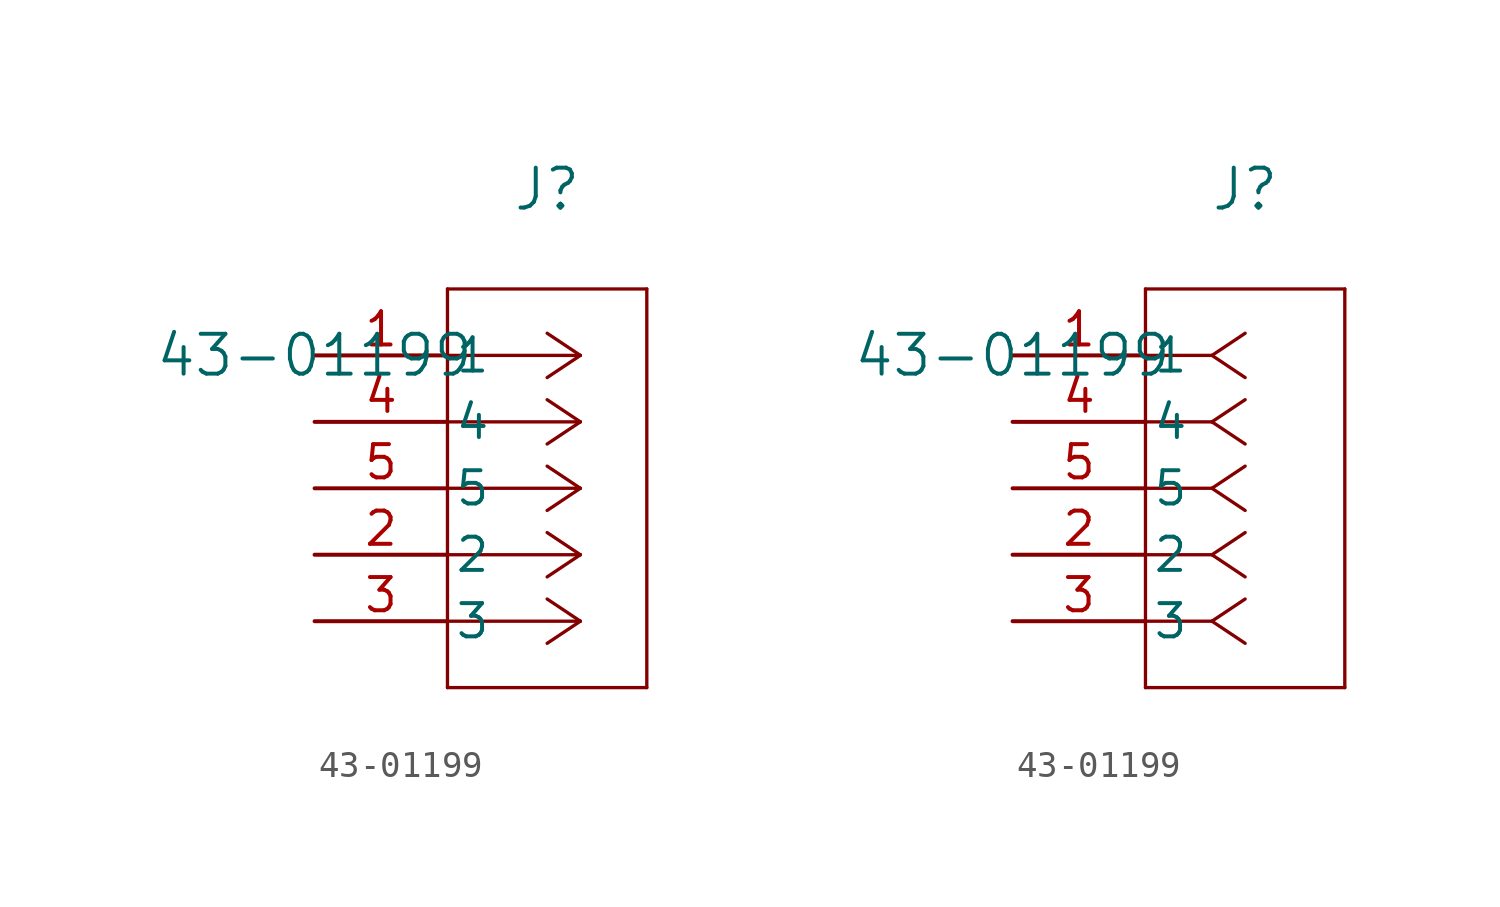
<source format=kicad_sym>
(kicad_symbol_lib
  (version 20211014)
  (generator kicad_symbol_editor)
  (symbol "43-01199"
    (pin_names
      (offset 0.254))
    (property "Reference" "J"
      (at 8.89 6.35 0)
      (effects (font (size 1.524 1.524))))
    (property "Value" "43-01199"
      (at 0 0 0)
      (effects (font (size 1.524 1.524))))
    (symbol "43-01199_1_1"
      (polyline (pts (xy 10.16 0) (xy 5.08 0)) (stroke (width 0.127) (type default) (color 0 0 0 0)) (fill (type none)))
      (polyline (pts (xy 10.16 -2.54) (xy 5.08 -2.54)) (stroke (width 0.127) (type default) (color 0 0 0 0)) (fill (type none)))
      (polyline (pts (xy 10.16 -5.08) (xy 5.08 -5.08)) (stroke (width 0.127) (type default) (color 0 0 0 0)) (fill (type none)))
      (polyline (pts (xy 10.16 -7.62) (xy 5.08 -7.62)) (stroke (width 0.127) (type default) (color 0 0 0 0)) (fill (type none)))
      (polyline (pts (xy 10.16 -10.16) (xy 5.08 -10.16)) (stroke (width 0.127) (type default) (color 0 0 0 0)) (fill (type none)))
      (polyline (pts (xy 10.16 0) (xy 8.89 0.847)) (stroke (width 0.127) (type default) (color 0 0 0 0)) (fill (type none)))
      (polyline (pts (xy 10.16 -2.54) (xy 8.89 -1.693)) (stroke (width 0.127) (type default) (color 0 0 0 0)) (fill (type none)))
      (polyline (pts (xy 10.16 -5.08) (xy 8.89 -4.233)) (stroke (width 0.127) (type default) (color 0 0 0 0)) (fill (type none)))
      (polyline (pts (xy 10.16 -7.62) (xy 8.89 -6.773)) (stroke (width 0.127) (type default) (color 0 0 0 0)) (fill (type none)))
      (polyline (pts (xy 10.16 -10.16) (xy 8.89 -9.313)) (stroke (width 0.127) (type default) (color 0 0 0 0)) (fill (type none)))
      (polyline (pts (xy 10.16 0) (xy 8.89 -0.847)) (stroke (width 0.127) (type default) (color 0 0 0 0)) (fill (type none)))
      (polyline (pts (xy 10.16 -2.54) (xy 8.89 -3.387)) (stroke (width 0.127) (type default) (color 0 0 0 0)) (fill (type none)))
      (polyline (pts (xy 10.16 -5.08) (xy 8.89 -5.927)) (stroke (width 0.127) (type default) (color 0 0 0 0)) (fill (type none)))
      (polyline (pts (xy 10.16 -7.62) (xy 8.89 -8.467)) (stroke (width 0.127) (type default) (color 0 0 0 0)) (fill (type none)))
      (polyline (pts (xy 10.16 -10.16) (xy 8.89 -11.007)) (stroke (width 0.127) (type default) (color 0 0 0 0)) (fill (type none)))
      (polyline (pts (xy 5.08 2.54) (xy 5.08 -12.7)) (stroke (width 0.127) (type default) (color 0 0 0 0)) (fill (type none)))
      (polyline (pts (xy 5.08 -12.7) (xy 12.7 -12.7)) (stroke (width 0.127) (type default) (color 0 0 0 0)) (fill (type none)))
      (polyline (pts (xy 12.7 -12.7) (xy 12.7 2.54)) (stroke (width 0.127) (type default) (color 0 0 0 0)) (fill (type none)))
      (polyline (pts (xy 12.7 2.54) (xy 5.08 2.54)) (stroke (width 0.127) (type default) (color 0 0 0 0)) (fill (type none)))
      (pin unspecified line (at 0 0 0) (length 5.08) (name "1" (effects (font (size 1.27 1.27)))) (number "1" (effects (font (size 1.27 1.27)))))
      (pin unspecified line (at 0 -2.54 0) (length 5.08) (name "4" (effects (font (size 1.27 1.27)))) (number "4" (effects (font (size 1.27 1.27)))))
      (pin unspecified line (at 0 -5.08 0) (length 5.08) (name "5" (effects (font (size 1.27 1.27)))) (number "5" (effects (font (size 1.27 1.27)))))
      (pin unspecified line (at 0 -7.62 0) (length 5.08) (name "2" (effects (font (size 1.27 1.27)))) (number "2" (effects (font (size 1.27 1.27)))))
      (pin unspecified line (at 0 -10.16 0) (length 5.08) (name "3" (effects (font (size 1.27 1.27)))) (number "3" (effects (font (size 1.27 1.27))))))
    (symbol "43-01199_1_2"
      (polyline (pts (xy 7.62 0) (xy 5.08 0)) (stroke (width 0.127) (type default) (color 0 0 0 0)) (fill (type none)))
      (polyline (pts (xy 7.62 -2.54) (xy 5.08 -2.54)) (stroke (width 0.127) (type default) (color 0 0 0 0)) (fill (type none)))
      (polyline (pts (xy 7.62 -5.08) (xy 5.08 -5.08)) (stroke (width 0.127) (type default) (color 0 0 0 0)) (fill (type none)))
      (polyline (pts (xy 7.62 -7.62) (xy 5.08 -7.62)) (stroke (width 0.127) (type default) (color 0 0 0 0)) (fill (type none)))
      (polyline (pts (xy 7.62 -10.16) (xy 5.08 -10.16)) (stroke (width 0.127) (type default) (color 0 0 0 0)) (fill (type none)))
      (polyline (pts (xy 7.62 0) (xy 8.89 0.847)) (stroke (width 0.127) (type default) (color 0 0 0 0)) (fill (type none)))
      (polyline (pts (xy 7.62 -2.54) (xy 8.89 -1.693)) (stroke (width 0.127) (type default) (color 0 0 0 0)) (fill (type none)))
      (polyline (pts (xy 7.62 -5.08) (xy 8.89 -4.233)) (stroke (width 0.127) (type default) (color 0 0 0 0)) (fill (type none)))
      (polyline (pts (xy 7.62 -7.62) (xy 8.89 -6.773)) (stroke (width 0.127) (type default) (color 0 0 0 0)) (fill (type none)))
      (polyline (pts (xy 7.62 -10.16) (xy 8.89 -9.313)) (stroke (width 0.127) (type default) (color 0 0 0 0)) (fill (type none)))
      (polyline (pts (xy 7.62 0) (xy 8.89 -0.847)) (stroke (width 0.127) (type default) (color 0 0 0 0)) (fill (type none)))
      (polyline (pts (xy 7.62 -2.54) (xy 8.89 -3.387)) (stroke (width 0.127) (type default) (color 0 0 0 0)) (fill (type none)))
      (polyline (pts (xy 7.62 -5.08) (xy 8.89 -5.927)) (stroke (width 0.127) (type default) (color 0 0 0 0)) (fill (type none)))
      (polyline (pts (xy 7.62 -7.62) (xy 8.89 -8.467)) (stroke (width 0.127) (type default) (color 0 0 0 0)) (fill (type none)))
      (polyline (pts (xy 7.62 -10.16) (xy 8.89 -11.007)) (stroke (width 0.127) (type default) (color 0 0 0 0)) (fill (type none)))
      (polyline (pts (xy 5.08 2.54) (xy 5.08 -12.7)) (stroke (width 0.127) (type default) (color 0 0 0 0)) (fill (type none)))
      (polyline (pts (xy 5.08 -12.7) (xy 12.7 -12.7)) (stroke (width 0.127) (type default) (color 0 0 0 0)) (fill (type none)))
      (polyline (pts (xy 12.7 -12.7) (xy 12.7 2.54)) (stroke (width 0.127) (type default) (color 0 0 0 0)) (fill (type none)))
      (polyline (pts (xy 12.7 2.54) (xy 5.08 2.54)) (stroke (width 0.127) (type default) (color 0 0 0 0)) (fill (type none)))
      (pin unspecified line (at 0 0 0) (length 5.08) (name "1" (effects (font (size 1.27 1.27)))) (number "1" (effects (font (size 1.27 1.27)))))
      (pin unspecified line (at 0 -2.54 0) (length 5.08) (name "4" (effects (font (size 1.27 1.27)))) (number "4" (effects (font (size 1.27 1.27)))))
      (pin unspecified line (at 0 -5.08 0) (length 5.08) (name "5" (effects (font (size 1.27 1.27)))) (number "5" (effects (font (size 1.27 1.27)))))
      (pin unspecified line (at 0 -7.62 0) (length 5.08) (name "2" (effects (font (size 1.27 1.27)))) (number "2" (effects (font (size 1.27 1.27)))))
      (pin unspecified line (at 0 -10.16 0) (length 5.08) (name "3" (effects (font (size 1.27 1.27)))) (number "3" (effects (font (size 1.27 1.27))))))))
</source>
